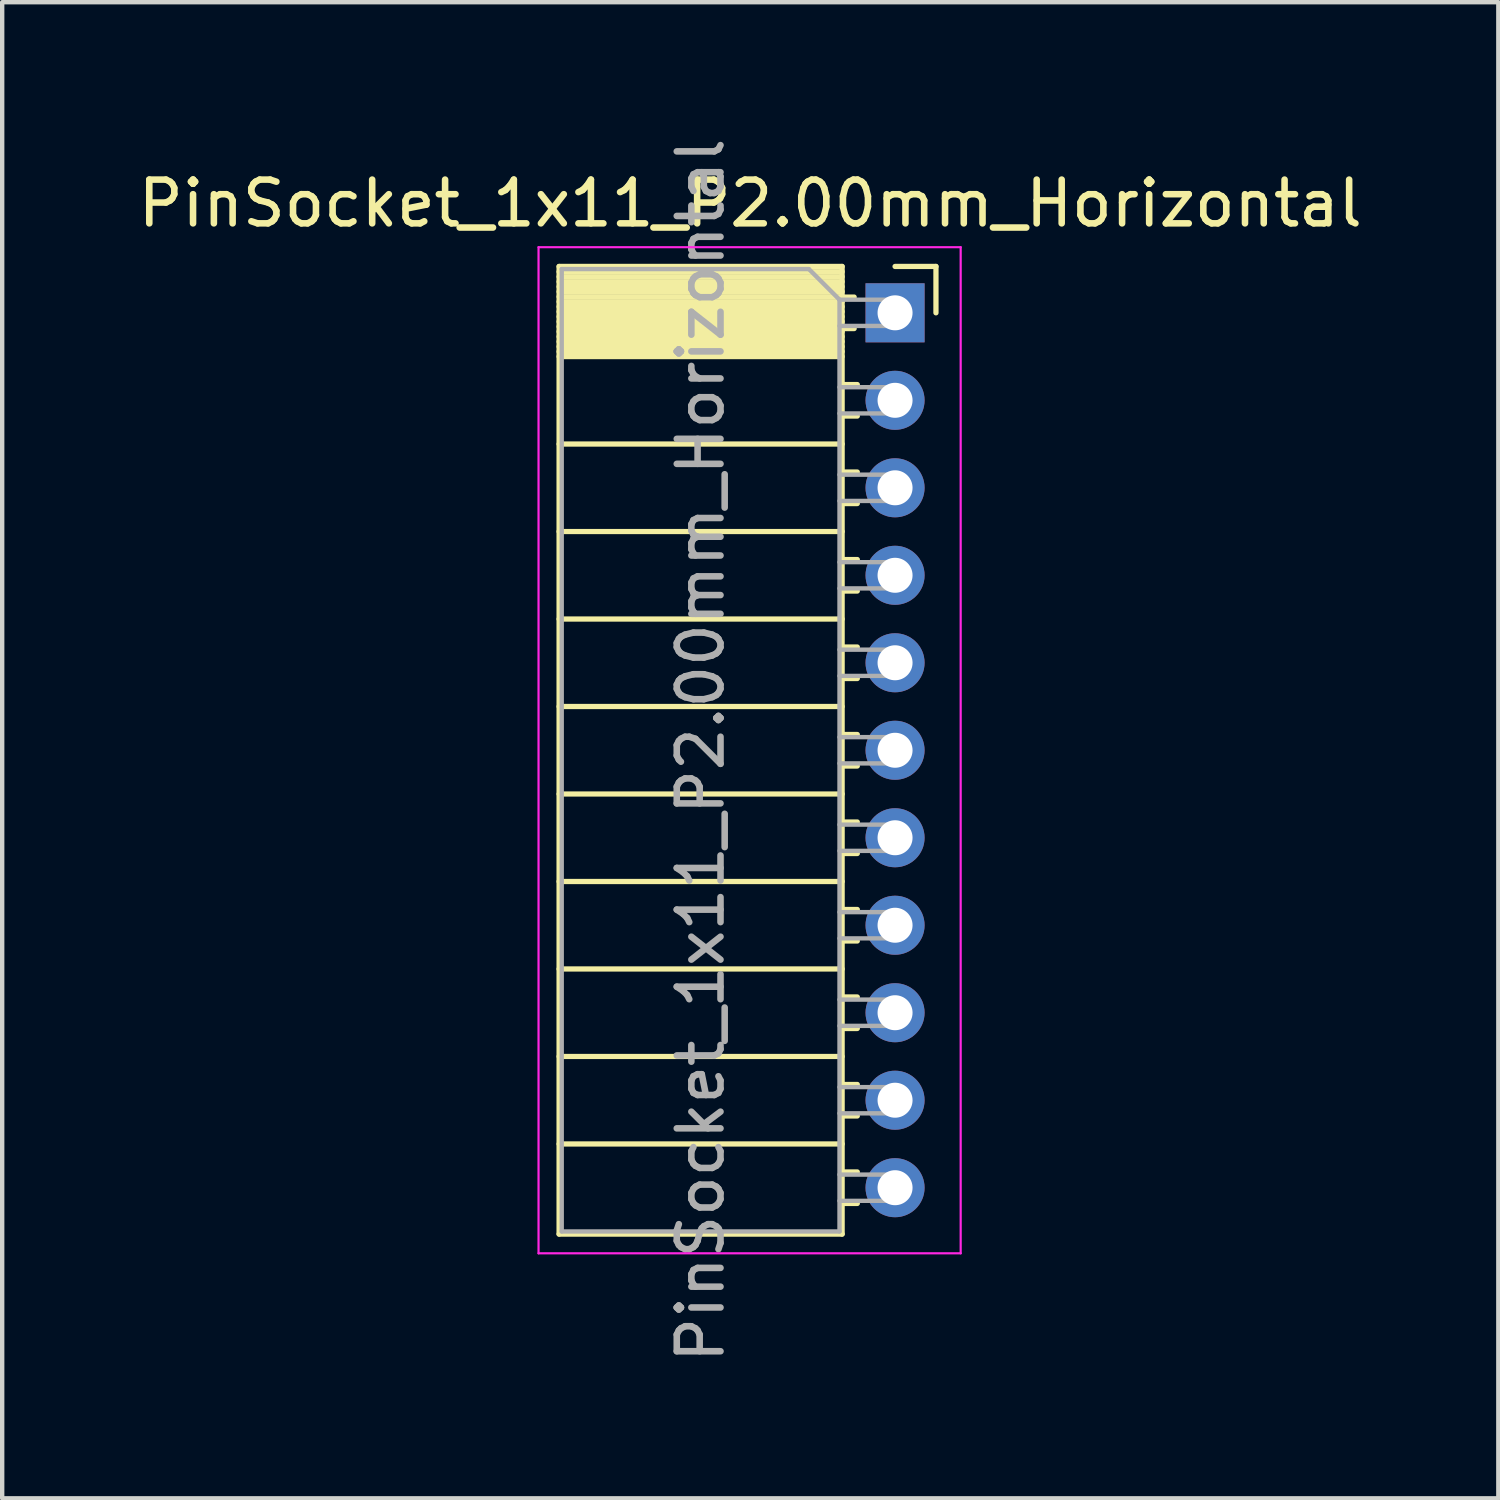
<source format=kicad_pcb>
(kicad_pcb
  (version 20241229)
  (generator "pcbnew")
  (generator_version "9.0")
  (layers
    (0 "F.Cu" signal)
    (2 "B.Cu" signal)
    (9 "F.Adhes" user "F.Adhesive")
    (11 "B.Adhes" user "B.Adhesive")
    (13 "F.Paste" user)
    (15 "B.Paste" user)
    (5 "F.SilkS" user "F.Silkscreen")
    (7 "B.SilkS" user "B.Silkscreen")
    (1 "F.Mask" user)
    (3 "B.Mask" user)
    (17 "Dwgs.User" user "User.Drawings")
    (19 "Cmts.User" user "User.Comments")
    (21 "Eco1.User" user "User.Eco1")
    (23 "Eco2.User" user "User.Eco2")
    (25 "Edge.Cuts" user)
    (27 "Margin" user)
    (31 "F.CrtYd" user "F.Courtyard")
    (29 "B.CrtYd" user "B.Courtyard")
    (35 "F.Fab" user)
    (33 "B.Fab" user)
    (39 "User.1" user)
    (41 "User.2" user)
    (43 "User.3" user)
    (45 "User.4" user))
  (footprint "PinSocket_1x11_P2.00mm_Horizontal"
    (layer "F.Cu")
    (at 17.411 4.101)
    (property "Reference" "PinSocket_1x11_P2.00mm_Horizontal" (at -3.31 -2.5 0) (layer "F.SilkS") (effects (font (size 1 1) (thickness 0.15))))
    (attr through_hole)
    (fp_line (start -7.68 -1.06) (end -7.68 21.06) (stroke (width 0.12) (type solid)) (layer "F.SilkS"))
    (fp_line (start -7.68 -1.06) (end -1.21 -1.06) (stroke (width 0.12) (type solid)) (layer "F.SilkS"))
    (fp_line (start -7.68 -0.94) (end -1.21 -0.94) (stroke (width 0.12) (type solid)) (layer "F.SilkS"))
    (fp_line (start -7.68 -0.826) (end -1.21 -0.826) (stroke (width 0.12) (type solid)) (layer "F.SilkS"))
    (fp_line (start -7.68 -0.712) (end -1.21 -0.712) (stroke (width 0.12) (type solid)) (layer "F.SilkS"))
    (fp_line (start -7.68 -0.598) (end -1.21 -0.598) (stroke (width 0.12) (type solid)) (layer "F.SilkS"))
    (fp_line (start -7.68 -0.484) (end -1.21 -0.484) (stroke (width 0.12) (type solid)) (layer "F.SilkS"))
    (fp_line (start -7.68 -0.369) (end -1.21 -0.369) (stroke (width 0.12) (type solid)) (layer "F.SilkS"))
    (fp_line (start -7.68 -0.255) (end -1.21 -0.255) (stroke (width 0.12) (type solid)) (layer "F.SilkS"))
    (fp_line (start -7.68 -0.141) (end -1.21 -0.141) (stroke (width 0.12) (type solid)) (layer "F.SilkS"))
    (fp_line (start -7.68 -0.027) (end -1.21 -0.027) (stroke (width 0.12) (type solid)) (layer "F.SilkS"))
    (fp_line (start -7.68 0.087) (end -1.21 0.087) (stroke (width 0.12) (type solid)) (layer "F.SilkS"))
    (fp_line (start -7.68 0.201) (end -1.21 0.201) (stroke (width 0.12) (type solid)) (layer "F.SilkS"))
    (fp_line (start -7.68 0.315) (end -1.21 0.315) (stroke (width 0.12) (type solid)) (layer "F.SilkS"))
    (fp_line (start -7.68 0.429) (end -1.21 0.429) (stroke (width 0.12) (type solid)) (layer "F.SilkS"))
    (fp_line (start -7.68 0.544) (end -1.21 0.544) (stroke (width 0.12) (type solid)) (layer "F.SilkS"))
    (fp_line (start -7.68 0.658) (end -1.21 0.658) (stroke (width 0.12) (type solid)) (layer "F.SilkS"))
    (fp_line (start -7.68 0.772) (end -1.21 0.772) (stroke (width 0.12) (type solid)) (layer "F.SilkS"))
    (fp_line (start -7.68 0.886) (end -1.21 0.886) (stroke (width 0.12) (type solid)) (layer "F.SilkS"))
    (fp_line (start -7.68 1) (end -1.21 1) (stroke (width 0.12) (type solid)) (layer "F.SilkS"))
    (fp_line (start -7.68 3) (end -1.21 3) (stroke (width 0.12) (type solid)) (layer "F.SilkS"))
    (fp_line (start -7.68 5) (end -1.21 5) (stroke (width 0.12) (type solid)) (layer "F.SilkS"))
    (fp_line (start -7.68 7) (end -1.21 7) (stroke (width 0.12) (type solid)) (layer "F.SilkS"))
    (fp_line (start -7.68 9) (end -1.21 9) (stroke (width 0.12) (type solid)) (layer "F.SilkS"))
    (fp_line (start -7.68 11) (end -1.21 11) (stroke (width 0.12) (type solid)) (layer "F.SilkS"))
    (fp_line (start -7.68 13) (end -1.21 13) (stroke (width 0.12) (type solid)) (layer "F.SilkS"))
    (fp_line (start -7.68 15) (end -1.21 15) (stroke (width 0.12) (type solid)) (layer "F.SilkS"))
    (fp_line (start -7.68 17) (end -1.21 17) (stroke (width 0.12) (type solid)) (layer "F.SilkS"))
    (fp_line (start -7.68 19) (end -1.21 19) (stroke (width 0.12) (type solid)) (layer "F.SilkS"))
    (fp_line (start -7.68 21.06) (end -1.21 21.06) (stroke (width 0.12) (type solid)) (layer "F.SilkS"))
    (fp_line (start -1.21 -1.06) (end -1.21 21.06) (stroke (width 0.12) (type solid)) (layer "F.SilkS"))
    (fp_line (start -1.21 -0.36) (end -0.935 -0.36) (stroke (width 0.12) (type solid)) (layer "F.SilkS"))
    (fp_line (start -1.21 0.36) (end -0.935 0.36) (stroke (width 0.12) (type solid)) (layer "F.SilkS"))
    (fp_line (start -1.21 1.64) (end -0.863 1.64) (stroke (width 0.12) (type solid)) (layer "F.SilkS"))
    (fp_line (start -1.21 2.36) (end -0.863 2.36) (stroke (width 0.12) (type solid)) (layer "F.SilkS"))
    (fp_line (start -1.21 3.64) (end -0.863 3.64) (stroke (width 0.12) (type solid)) (layer "F.SilkS"))
    (fp_line (start -1.21 4.36) (end -0.863 4.36) (stroke (width 0.12) (type solid)) (layer "F.SilkS"))
    (fp_line (start -1.21 5.64) (end -0.863 5.64) (stroke (width 0.12) (type solid)) (layer "F.SilkS"))
    (fp_line (start -1.21 6.36) (end -0.863 6.36) (stroke (width 0.12) (type solid)) (layer "F.SilkS"))
    (fp_line (start -1.21 7.64) (end -0.863 7.64) (stroke (width 0.12) (type solid)) (layer "F.SilkS"))
    (fp_line (start -1.21 8.36) (end -0.863 8.36) (stroke (width 0.12) (type solid)) (layer "F.SilkS"))
    (fp_line (start -1.21 9.64) (end -0.863 9.64) (stroke (width 0.12) (type solid)) (layer "F.SilkS"))
    (fp_line (start -1.21 10.36) (end -0.863 10.36) (stroke (width 0.12) (type solid)) (layer "F.SilkS"))
    (fp_line (start -1.21 11.64) (end -0.863 11.64) (stroke (width 0.12) (type solid)) (layer "F.SilkS"))
    (fp_line (start -1.21 12.36) (end -0.863 12.36) (stroke (width 0.12) (type solid)) (layer "F.SilkS"))
    (fp_line (start -1.21 13.64) (end -0.863 13.64) (stroke (width 0.12) (type solid)) (layer "F.SilkS"))
    (fp_line (start -1.21 14.36) (end -0.863 14.36) (stroke (width 0.12) (type solid)) (layer "F.SilkS"))
    (fp_line (start -1.21 15.64) (end -0.863 15.64) (stroke (width 0.12) (type solid)) (layer "F.SilkS"))
    (fp_line (start -1.21 16.36) (end -0.863 16.36) (stroke (width 0.12) (type solid)) (layer "F.SilkS"))
    (fp_line (start -1.21 17.64) (end -0.863 17.64) (stroke (width 0.12) (type solid)) (layer "F.SilkS"))
    (fp_line (start -1.21 18.36) (end -0.863 18.36) (stroke (width 0.12) (type solid)) (layer "F.SilkS"))
    (fp_line (start -1.21 19.64) (end -0.863 19.64) (stroke (width 0.12) (type solid)) (layer "F.SilkS"))
    (fp_line (start -1.21 20.36) (end -0.863 20.36) (stroke (width 0.12) (type solid)) (layer "F.SilkS"))
    (fp_line (start 0 -1.06) (end 0.935 -1.06) (stroke (width 0.12) (type solid)) (layer "F.SilkS"))
    (fp_line (start 0.935 -1.06) (end 0.935 0) (stroke (width 0.12) (type solid)) (layer "F.SilkS"))
    (fp_line (start -8.15 -1.5) (end -8.15 21.5) (stroke (width 0.05) (type solid)) (layer "F.CrtYd"))
    (fp_line (start -8.15 21.5) (end 1.5 21.5) (stroke (width 0.05) (type solid)) (layer "F.CrtYd"))
    (fp_line (start 1.5 -1.5) (end -8.15 -1.5) (stroke (width 0.05) (type solid)) (layer "F.CrtYd"))
    (fp_line (start 1.5 21.5) (end 1.5 -1.5) (stroke (width 0.05) (type solid)) (layer "F.CrtYd"))
    (fp_line (start -7.62 -1) (end -1.97 -1) (stroke (width 0.1) (type solid)) (layer "F.Fab"))
    (fp_line (start -7.62 21) (end -7.62 -1) (stroke (width 0.1) (type solid)) (layer "F.Fab"))
    (fp_line (start -1.97 -1) (end -1.27 -0.3) (stroke (width 0.1) (type solid)) (layer "F.Fab"))
    (fp_line (start -1.27 -0.3) (end -1.27 21) (stroke (width 0.1) (type solid)) (layer "F.Fab"))
    (fp_line (start -1.27 0.3) (end 0 0.3) (stroke (width 0.1) (type solid)) (layer "F.Fab"))
    (fp_line (start -1.27 2.3) (end 0 2.3) (stroke (width 0.1) (type solid)) (layer "F.Fab"))
    (fp_line (start -1.27 4.3) (end 0 4.3) (stroke (width 0.1) (type solid)) (layer "F.Fab"))
    (fp_line (start -1.27 6.3) (end 0 6.3) (stroke (width 0.1) (type solid)) (layer "F.Fab"))
    (fp_line (start -1.27 8.3) (end 0 8.3) (stroke (width 0.1) (type solid)) (layer "F.Fab"))
    (fp_line (start -1.27 10.3) (end 0 10.3) (stroke (width 0.1) (type solid)) (layer "F.Fab"))
    (fp_line (start -1.27 12.3) (end 0 12.3) (stroke (width 0.1) (type solid)) (layer "F.Fab"))
    (fp_line (start -1.27 14.3) (end 0 14.3) (stroke (width 0.1) (type solid)) (layer "F.Fab"))
    (fp_line (start -1.27 16.3) (end 0 16.3) (stroke (width 0.1) (type solid)) (layer "F.Fab"))
    (fp_line (start -1.27 18.3) (end 0 18.3) (stroke (width 0.1) (type solid)) (layer "F.Fab"))
    (fp_line (start -1.27 20.3) (end 0 20.3) (stroke (width 0.1) (type solid)) (layer "F.Fab"))
    (fp_line (start -1.27 21) (end -7.62 21) (stroke (width 0.1) (type solid)) (layer "F.Fab"))
    (fp_line (start 0 -0.3) (end -1.27 -0.3) (stroke (width 0.1) (type solid)) (layer "F.Fab"))
    (fp_line (start 0 0.3) (end 0 -0.3) (stroke (width 0.1) (type solid)) (layer "F.Fab"))
    (fp_line (start 0 1.7) (end -1.27 1.7) (stroke (width 0.1) (type solid)) (layer "F.Fab"))
    (fp_line (start 0 2.3) (end 0 1.7) (stroke (width 0.1) (type solid)) (layer "F.Fab"))
    (fp_line (start 0 3.7) (end -1.27 3.7) (stroke (width 0.1) (type solid)) (layer "F.Fab"))
    (fp_line (start 0 4.3) (end 0 3.7) (stroke (width 0.1) (type solid)) (layer "F.Fab"))
    (fp_line (start 0 5.7) (end -1.27 5.7) (stroke (width 0.1) (type solid)) (layer "F.Fab"))
    (fp_line (start 0 6.3) (end 0 5.7) (stroke (width 0.1) (type solid)) (layer "F.Fab"))
    (fp_line (start 0 7.7) (end -1.27 7.7) (stroke (width 0.1) (type solid)) (layer "F.Fab"))
    (fp_line (start 0 8.3) (end 0 7.7) (stroke (width 0.1) (type solid)) (layer "F.Fab"))
    (fp_line (start 0 9.7) (end -1.27 9.7) (stroke (width 0.1) (type solid)) (layer "F.Fab"))
    (fp_line (start 0 10.3) (end 0 9.7) (stroke (width 0.1) (type solid)) (layer "F.Fab"))
    (fp_line (start 0 11.7) (end -1.27 11.7) (stroke (width 0.1) (type solid)) (layer "F.Fab"))
    (fp_line (start 0 12.3) (end 0 11.7) (stroke (width 0.1) (type solid)) (layer "F.Fab"))
    (fp_line (start 0 13.7) (end -1.27 13.7) (stroke (width 0.1) (type solid)) (layer "F.Fab"))
    (fp_line (start 0 14.3) (end 0 13.7) (stroke (width 0.1) (type solid)) (layer "F.Fab"))
    (fp_line (start 0 15.7) (end -1.27 15.7) (stroke (width 0.1) (type solid)) (layer "F.Fab"))
    (fp_line (start 0 16.3) (end 0 15.7) (stroke (width 0.1) (type solid)) (layer "F.Fab"))
    (fp_line (start 0 17.7) (end -1.27 17.7) (stroke (width 0.1) (type solid)) (layer "F.Fab"))
    (fp_line (start 0 18.3) (end 0 17.7) (stroke (width 0.1) (type solid)) (layer "F.Fab"))
    (fp_line (start 0 19.7) (end -1.27 19.7) (stroke (width 0.1) (type solid)) (layer "F.Fab"))
    (fp_line (start 0 20.3) (end 0 19.7) (stroke (width 0.1) (type solid)) (layer "F.Fab"))
    (fp_text user "${REFERENCE}" (at -4.445 10 90) (layer "F.Fab") (effects (font (size 1 1) (thickness 0.15))))
    (pad "1" thru_hole rect (at 0 0) (size 1.35 1.35) (drill 0.8) (layers "*.Cu" "*.Mask"))
    (pad "2" thru_hole oval (at 0 2) (size 1.35 1.35) (drill 0.8) (layers "*.Cu" "*.Mask"))
    (pad "3" thru_hole oval (at 0 4) (size 1.35 1.35) (drill 0.8) (layers "*.Cu" "*.Mask"))
    (pad "4" thru_hole oval (at 0 6) (size 1.35 1.35) (drill 0.8) (layers "*.Cu" "*.Mask"))
    (pad "5" thru_hole oval (at 0 8) (size 1.35 1.35) (drill 0.8) (layers "*.Cu" "*.Mask"))
    (pad "6" thru_hole oval (at 0 10) (size 1.35 1.35) (drill 0.8) (layers "*.Cu" "*.Mask"))
    (pad "7" thru_hole oval (at 0 12) (size 1.35 1.35) (drill 0.8) (layers "*.Cu" "*.Mask"))
    (pad "8" thru_hole oval (at 0 14) (size 1.35 1.35) (drill 0.8) (layers "*.Cu" "*.Mask"))
    (pad "9" thru_hole oval (at 0 16) (size 1.35 1.35) (drill 0.8) (layers "*.Cu" "*.Mask"))
    (pad "10" thru_hole oval (at 0 18) (size 1.35 1.35) (drill 0.8) (layers "*.Cu" "*.Mask"))
    (pad "11" thru_hole oval (at 0 20) (size 1.35 1.35) (drill 0.8) (layers "*.Cu" "*.Mask")))
  (gr_rect
    (start -3 -3)
    (end 31.202 31.202)
    (stroke (width 0.1) (type default))
    (fill no)
    (layer "Edge.Cuts")))
</source>
